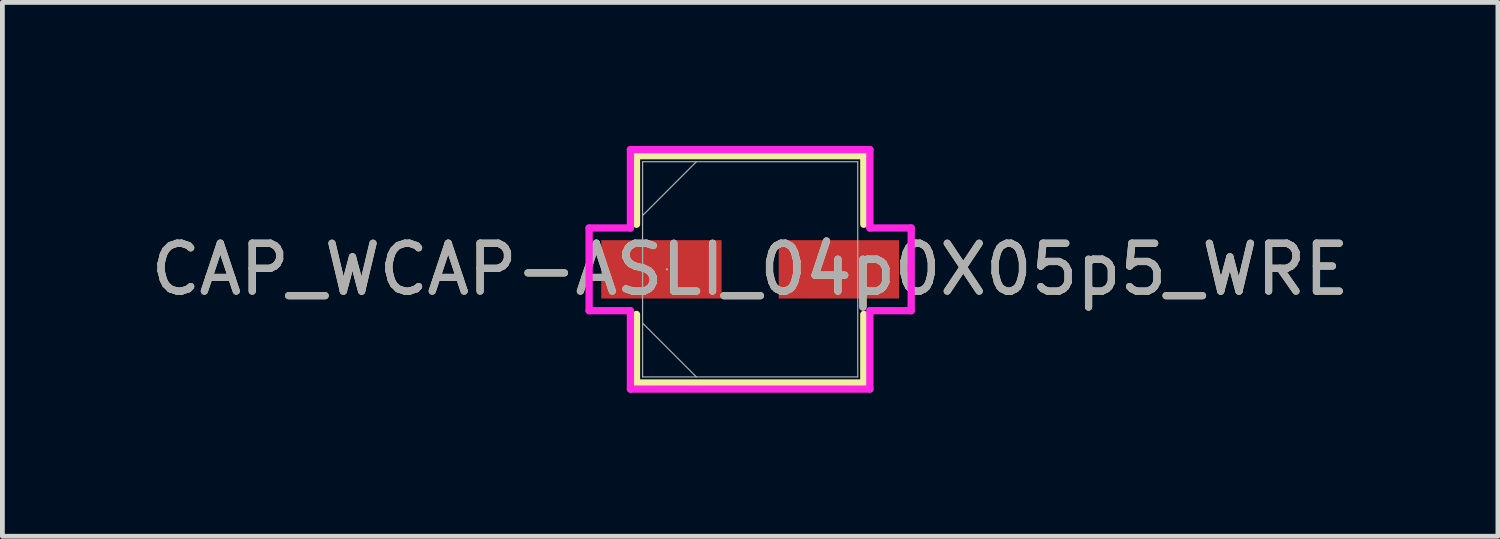
<source format=kicad_pcb>
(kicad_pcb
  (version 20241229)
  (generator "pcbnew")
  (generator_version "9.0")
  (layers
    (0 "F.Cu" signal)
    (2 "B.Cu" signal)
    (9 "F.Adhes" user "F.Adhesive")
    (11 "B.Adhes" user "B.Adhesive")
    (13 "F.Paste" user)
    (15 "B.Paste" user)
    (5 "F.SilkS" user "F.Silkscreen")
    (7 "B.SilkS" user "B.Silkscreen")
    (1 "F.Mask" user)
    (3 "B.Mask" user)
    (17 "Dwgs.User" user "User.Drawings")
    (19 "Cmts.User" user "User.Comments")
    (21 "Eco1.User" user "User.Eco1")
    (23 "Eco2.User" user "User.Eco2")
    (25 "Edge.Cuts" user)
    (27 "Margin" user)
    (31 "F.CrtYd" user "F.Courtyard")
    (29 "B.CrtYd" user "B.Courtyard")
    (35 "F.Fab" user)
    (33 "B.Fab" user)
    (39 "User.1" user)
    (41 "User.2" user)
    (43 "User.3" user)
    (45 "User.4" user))
  (footprint "CAP_WCAP-ASLI_04p0X05p5_WRE"
    (layer "F.Cu")
    (at 12.625 2.578)
    (property "Reference" "CAP_WCAP-ASLI_04p0X05p5_WRE" (at 0 0 0) (unlocked yes) (layer "F.SilkS") (effects (font (size 1 1) (thickness 0.15))))
    (attr smd)
    (fp_line (start -2.375 -2.375) (end -2.375 -0.942) (stroke (width 0.152) (type solid)) (layer "F.SilkS"))
    (fp_line (start -2.375 0.942) (end -2.375 2.375) (stroke (width 0.152) (type solid)) (layer "F.SilkS"))
    (fp_line (start -2.375 2.375) (end 2.375 2.375) (stroke (width 0.152) (type solid)) (layer "F.SilkS"))
    (fp_line (start 2.375 -2.375) (end -2.375 -2.375) (stroke (width 0.152) (type solid)) (layer "F.SilkS"))
    (fp_line (start 2.375 -0.942) (end 2.375 -2.375) (stroke (width 0.152) (type solid)) (layer "F.SilkS"))
    (fp_line (start 2.375 2.375) (end 2.375 0.942) (stroke (width 0.152) (type solid)) (layer "F.SilkS"))
    (fp_line (start -3.365 -0.864) (end -2.502 -0.864) (stroke (width 0.152) (type solid)) (layer "F.CrtYd"))
    (fp_line (start -3.365 0.864) (end -3.365 -0.864) (stroke (width 0.152) (type solid)) (layer "F.CrtYd"))
    (fp_line (start -2.502 -2.502) (end 2.502 -2.502) (stroke (width 0.152) (type solid)) (layer "F.CrtYd"))
    (fp_line (start -2.502 -0.864) (end -2.502 -2.502) (stroke (width 0.152) (type solid)) (layer "F.CrtYd"))
    (fp_line (start -2.502 0.864) (end -3.365 0.864) (stroke (width 0.152) (type solid)) (layer "F.CrtYd"))
    (fp_line (start -2.502 2.502) (end -2.502 0.864) (stroke (width 0.152) (type solid)) (layer "F.CrtYd"))
    (fp_line (start 2.502 -2.502) (end 2.502 -0.864) (stroke (width 0.152) (type solid)) (layer "F.CrtYd"))
    (fp_line (start 2.502 -0.864) (end 3.365 -0.864) (stroke (width 0.152) (type solid)) (layer "F.CrtYd"))
    (fp_line (start 2.502 0.864) (end 2.502 2.502) (stroke (width 0.152) (type solid)) (layer "F.CrtYd"))
    (fp_line (start 2.502 2.502) (end -2.502 2.502) (stroke (width 0.152) (type solid)) (layer "F.CrtYd"))
    (fp_line (start 3.365 -0.864) (end 3.365 0.864) (stroke (width 0.152) (type solid)) (layer "F.CrtYd"))
    (fp_line (start 3.365 0.864) (end 2.502 0.864) (stroke (width 0.152) (type solid)) (layer "F.CrtYd"))
    (fp_line (start -2.248 -2.248) (end -2.248 2.248) (stroke (width 0.025) (type solid)) (layer "F.Fab"))
    (fp_line (start -2.248 -1.124) (end -1.124 -2.248) (stroke (width 0.025) (type solid)) (layer "F.Fab"))
    (fp_line (start -2.248 1.124) (end -1.124 2.248) (stroke (width 0.025) (type solid)) (layer "F.Fab"))
    (fp_line (start -2.248 2.248) (end 2.248 2.248) (stroke (width 0.025) (type solid)) (layer "F.Fab"))
    (fp_line (start 2.248 -2.248) (end -2.248 -2.248) (stroke (width 0.025) (type solid)) (layer "F.Fab"))
    (fp_line (start 2.248 2.248) (end 2.248 -2.248) (stroke (width 0.025) (type solid)) (layer "F.Fab"))
    (fp_circle (center -1.74 0) (end -1.74 0) (stroke (width 0.025) (type solid)) (fill no) (layer "F.Fab"))
    (fp_text user "${REFERENCE}" (at 0 0 0) (unlocked yes) (layer "F.Fab") (effects (font (size 1 1) (thickness 0.15))))
    (pad "1" smd rect (at -1.854 0) (size 2.515 1.219) (layers "F.Cu" "F.Mask" "F.Paste"))
    (pad "2" smd rect (at 1.854 0) (size 2.515 1.219) (layers "F.Cu" "F.Mask" "F.Paste"))
    (zone (net_name "") (layer "F.Cu") (hatch full 0.508) (connect_pads) (min_thickness 0.254) (filled_areas_thickness no) (keepout (tracks not_allowed) (vias not_allowed) (pads allowed) (copperpour not_allowed) (footprints allowed)) (placement (enabled no)) (fill) (polygon (pts (xy 10.428 0.381) (xy 14.822 0.381) (xy 14.822 1.918) (xy 10.428 1.918))))
    (zone (net_name "") (layer "F.Cu") (hatch full 0.508) (connect_pads) (min_thickness 0.254) (filled_areas_thickness no) (keepout (tracks not_allowed) (vias not_allowed) (pads allowed) (copperpour not_allowed) (footprints allowed)) (placement (enabled no)) (fill) (polygon (pts (xy 10.428 3.239) (xy 14.822 3.239) (xy 14.822 4.775) (xy 10.428 4.775))))
    (zone (net_name "") (layer "F.Cu") (hatch full 0.508) (connect_pads) (min_thickness 0.254) (filled_areas_thickness no) (keepout (tracks not_allowed) (vias not_allowed) (pads allowed) (copperpour not_allowed) (footprints allowed)) (placement (enabled no)) (fill) (polygon (pts (xy 12.079 1.918) (xy 13.171 1.918) (xy 13.171 3.239) (xy 12.079 3.239)))))
  (gr_rect
    (start -3 -3)
    (end 28.25 8.156)
    (stroke (width 0.1) (type default))
    (fill no)
    (layer "Edge.Cuts")))
</source>
